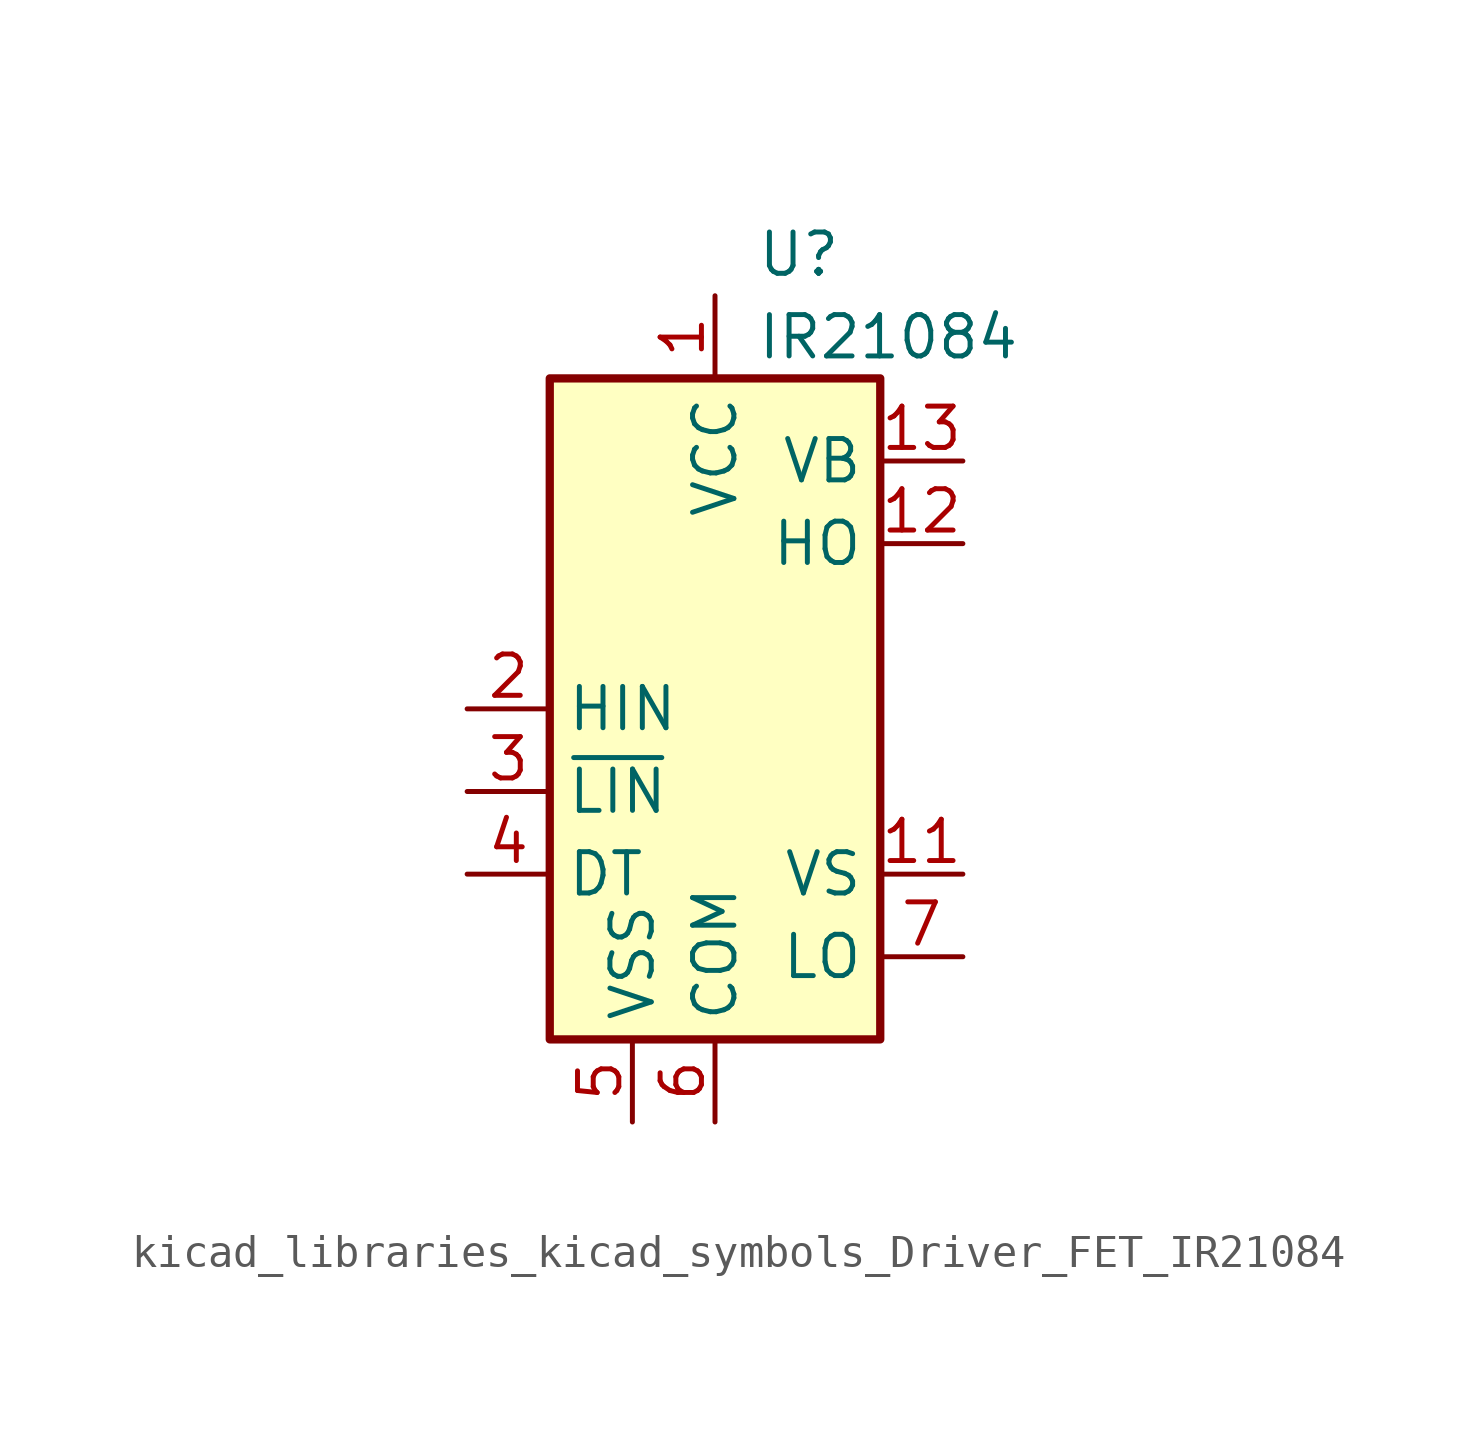
<source format=kicad_sym>
(kicad_symbol_lib
  (version 20220914)
  (generator kicad_symbol_editor)
  (symbol "kicad_libraries_kicad_symbols_Driver_FET_IR21084"
    (property "Reference" "U"
      (at 1.27 13.97 0)
      (effects (font (size 1.27 1.27)) (justify left)))
    (property "Value" "IR21084"
      (at 1.27 11.43 0)
      (effects (font (size 1.27 1.27)) (justify left)))
    (symbol "kicad_libraries_kicad_symbols_Driver_FET_IR21084_0_1"
      (rectangle (start -5.08 -10.16) (end 5.08 10.16) (stroke (width 0.254) (type default)) (fill (type background))))
    (symbol "kicad_libraries_kicad_symbols_Driver_FET_IR21084_1_1"
      (pin power_in line (at 0 12.7 270) (length 2.54) (name "VCC" (effects (font (size 1.27 1.27)))) (number "1" (effects (font (size 1.27 1.27)))))
      (pin no_connect line (at -5.08 2.54 0) (length 2.54) hide (name "NC" (effects (font (size 1.27 1.27)))) (number "10" (effects (font (size 1.27 1.27)))))
      (pin passive line (at 7.62 -5.08 180) (length 2.54) (name "VS" (effects (font (size 1.27 1.27)))) (number "11" (effects (font (size 1.27 1.27)))))
      (pin output line (at 7.62 5.08 180) (length 2.54) (name "HO" (effects (font (size 1.27 1.27)))) (number "12" (effects (font (size 1.27 1.27)))))
      (pin passive line (at 7.62 7.62 180) (length 2.54) (name "VB" (effects (font (size 1.27 1.27)))) (number "13" (effects (font (size 1.27 1.27)))))
      (pin no_connect line (at 5.08 2.54 180) (length 2.54) hide (name "NC" (effects (font (size 1.27 1.27)))) (number "14" (effects (font (size 1.27 1.27)))))
      (pin input line (at -7.62 0 0) (length 2.54) (name "HIN" (effects (font (size 1.27 1.27)))) (number "2" (effects (font (size 1.27 1.27)))))
      (pin input line (at -7.62 -2.54 0) (length 2.54) (name "~{LIN}" (effects (font (size 1.27 1.27)))) (number "3" (effects (font (size 1.27 1.27)))))
      (pin input line (at -7.62 -5.08 0) (length 2.54) (name "DT" (effects (font (size 1.27 1.27)))) (number "4" (effects (font (size 1.27 1.27)))))
      (pin power_in line (at -2.54 -12.7 90) (length 2.54) (name "VSS" (effects (font (size 1.27 1.27)))) (number "5" (effects (font (size 1.27 1.27)))))
      (pin power_in line (at 0 -12.7 90) (length 2.54) (name "COM" (effects (font (size 1.27 1.27)))) (number "6" (effects (font (size 1.27 1.27)))))
      (pin output line (at 7.62 -7.62 180) (length 2.54) (name "LO" (effects (font (size 1.27 1.27)))) (number "7" (effects (font (size 1.27 1.27)))))
      (pin no_connect line (at -5.08 7.62 0) (length 2.54) hide (name "NC" (effects (font (size 1.27 1.27)))) (number "8" (effects (font (size 1.27 1.27)))))
      (pin no_connect line (at -5.08 5.08 0) (length 2.54) hide (name "NC" (effects (font (size 1.27 1.27)))) (number "9" (effects (font (size 1.27 1.27))))))))
</source>
